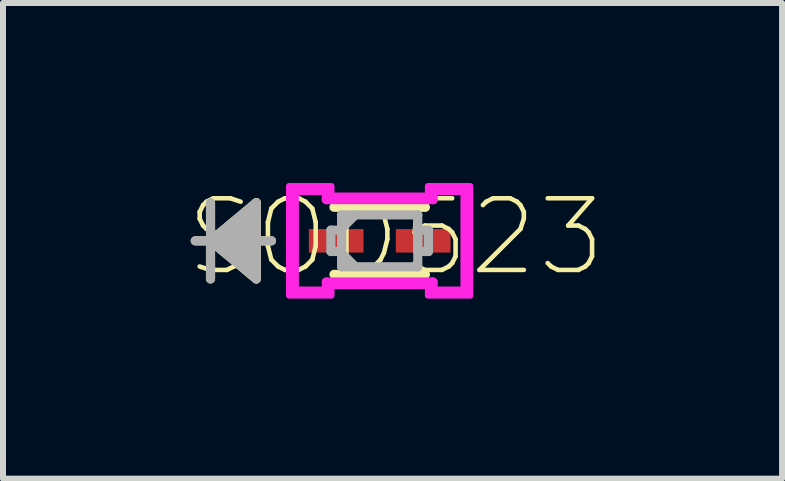
<source format=kicad_pcb>
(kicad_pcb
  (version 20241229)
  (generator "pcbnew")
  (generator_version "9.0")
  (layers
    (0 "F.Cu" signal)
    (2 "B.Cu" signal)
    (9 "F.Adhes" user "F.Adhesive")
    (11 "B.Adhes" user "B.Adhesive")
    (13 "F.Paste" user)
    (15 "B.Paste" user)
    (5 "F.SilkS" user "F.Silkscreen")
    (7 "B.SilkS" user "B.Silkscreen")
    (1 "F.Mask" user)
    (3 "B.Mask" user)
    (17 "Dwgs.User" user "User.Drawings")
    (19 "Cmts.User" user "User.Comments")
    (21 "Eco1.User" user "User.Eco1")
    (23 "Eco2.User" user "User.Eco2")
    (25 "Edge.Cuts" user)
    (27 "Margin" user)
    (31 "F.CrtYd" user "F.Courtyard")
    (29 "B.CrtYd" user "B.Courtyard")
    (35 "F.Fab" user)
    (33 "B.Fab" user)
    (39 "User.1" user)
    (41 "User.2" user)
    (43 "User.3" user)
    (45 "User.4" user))
  (footprint "SOD523"
    (layer "F.Cu")
    (at 3.277 0.963)
    (property "Reference" "SOD523" (at -3.277 0.635 0) (unlocked yes) (layer "F.SilkS") (effects (font (size 1.194 1.194) (thickness 0.076)) (justify left bottom)))
    (fp_line (start -2.819 -0.635) (end -2.819 0) (stroke (width 0.152) (type solid)) (layer "F.SilkS"))
    (fp_line (start -2.819 0) (end -3.073 0) (stroke (width 0.152) (type solid)) (layer "F.SilkS"))
    (fp_line (start -2.819 0) (end -2.819 0.635) (stroke (width 0.152) (type solid)) (layer "F.SilkS"))
    (fp_line (start -2.819 0) (end -2.057 -0.635) (stroke (width 0.152) (type solid)) (layer "F.SilkS"))
    (fp_line (start -2.819 0) (end -2.057 -0.508) (stroke (width 0.152) (type solid)) (layer "F.SilkS"))
    (fp_line (start -2.819 0) (end -2.057 -0.381) (stroke (width 0.152) (type solid)) (layer "F.SilkS"))
    (fp_line (start -2.819 0) (end -2.057 -0.254) (stroke (width 0.152) (type solid)) (layer "F.SilkS"))
    (fp_line (start -2.819 0) (end -2.057 -0.127) (stroke (width 0.152) (type solid)) (layer "F.SilkS"))
    (fp_line (start -2.819 0) (end -2.057 0.127) (stroke (width 0.152) (type solid)) (layer "F.SilkS"))
    (fp_line (start -2.819 0) (end -2.057 0.254) (stroke (width 0.152) (type solid)) (layer "F.SilkS"))
    (fp_line (start -2.819 0) (end -2.057 0.381) (stroke (width 0.152) (type solid)) (layer "F.SilkS"))
    (fp_line (start -2.819 0) (end -2.057 0.508) (stroke (width 0.152) (type solid)) (layer "F.SilkS"))
    (fp_line (start -2.819 0) (end -2.057 0.635) (stroke (width 0.152) (type solid)) (layer "F.SilkS"))
    (fp_line (start -2.057 -0.635) (end -2.057 0.635) (stroke (width 0.152) (type solid)) (layer "F.SilkS"))
    (fp_line (start -1.803 0) (end -2.819 0) (stroke (width 0.152) (type solid)) (layer "F.SilkS"))
    (fp_line (start -0.762 0.559) (end 0.762 0.559) (stroke (width 0.152) (type solid)) (layer "F.SilkS"))
    (fp_line (start 0.762 -0.559) (end -0.762 -0.559) (stroke (width 0.152) (type solid)) (layer "F.SilkS"))
    (fp_line (start -1.422 -0.838) (end -0.889 -0.838) (stroke (width 0.152) (type solid)) (layer "F.CrtYd"))
    (fp_line (start -1.422 0.838) (end -1.422 -0.838) (stroke (width 0.152) (type solid)) (layer "F.CrtYd"))
    (fp_line (start -0.889 -0.838) (end -0.889 -0.686) (stroke (width 0.152) (type solid)) (layer "F.CrtYd"))
    (fp_line (start -0.889 -0.686) (end 0.889 -0.686) (stroke (width 0.152) (type solid)) (layer "F.CrtYd"))
    (fp_line (start -0.889 0.686) (end -0.889 0.838) (stroke (width 0.152) (type solid)) (layer "F.CrtYd"))
    (fp_line (start -0.889 0.838) (end -1.422 0.838) (stroke (width 0.152) (type solid)) (layer "F.CrtYd"))
    (fp_line (start 0.889 -0.838) (end 1.422 -0.838) (stroke (width 0.152) (type solid)) (layer "F.CrtYd"))
    (fp_line (start 0.889 -0.686) (end 0.889 -0.838) (stroke (width 0.152) (type solid)) (layer "F.CrtYd"))
    (fp_line (start 0.889 0.686) (end -0.889 0.686) (stroke (width 0.152) (type solid)) (layer "F.CrtYd"))
    (fp_line (start 0.889 0.838) (end 0.889 0.686) (stroke (width 0.152) (type solid)) (layer "F.CrtYd"))
    (fp_line (start 1.422 -0.838) (end 1.422 0.838) (stroke (width 0.152) (type solid)) (layer "F.CrtYd"))
    (fp_line (start 1.422 0.838) (end 0.889 0.838) (stroke (width 0.152) (type solid)) (layer "F.CrtYd"))
    (fp_poly (pts (xy -0.803 -0.755) (xy 0.803 -0.755) (xy 0.803 -0.913) (xy 1.511 -0.913) (xy 1.511 0.913) (xy 0.803 0.913) (xy 0.803 0.755) (xy -0.803 0.755) (xy -0.803 0.913) (xy -1.511 0.913) (xy -1.511 -0.913) (xy -0.803 -0.913)) (stroke (width 0.1) (type default)) (fill no) (layer "F.CrtYd"))
    (fp_line (start -2.819 -0.635) (end -2.819 0) (stroke (width 0.152) (type solid)) (layer "F.Fab"))
    (fp_line (start -2.819 0) (end -3.073 0) (stroke (width 0.152) (type solid)) (layer "F.Fab"))
    (fp_line (start -2.819 0) (end -2.819 0.635) (stroke (width 0.152) (type solid)) (layer "F.Fab"))
    (fp_line (start -2.819 0) (end -2.057 -0.635) (stroke (width 0.152) (type solid)) (layer "F.Fab"))
    (fp_line (start -2.819 0) (end -2.057 -0.508) (stroke (width 0.152) (type solid)) (layer "F.Fab"))
    (fp_line (start -2.819 0) (end -2.057 -0.381) (stroke (width 0.152) (type solid)) (layer "F.Fab"))
    (fp_line (start -2.819 0) (end -2.057 -0.254) (stroke (width 0.152) (type solid)) (layer "F.Fab"))
    (fp_line (start -2.819 0) (end -2.057 -0.127) (stroke (width 0.152) (type solid)) (layer "F.Fab"))
    (fp_line (start -2.819 0) (end -2.057 0.127) (stroke (width 0.152) (type solid)) (layer "F.Fab"))
    (fp_line (start -2.819 0) (end -2.057 0.254) (stroke (width 0.152) (type solid)) (layer "F.Fab"))
    (fp_line (start -2.819 0) (end -2.057 0.381) (stroke (width 0.152) (type solid)) (layer "F.Fab"))
    (fp_line (start -2.819 0) (end -2.057 0.508) (stroke (width 0.152) (type solid)) (layer "F.Fab"))
    (fp_line (start -2.819 0) (end -2.057 0.635) (stroke (width 0.152) (type solid)) (layer "F.Fab"))
    (fp_line (start -2.057 -0.635) (end -2.057 0.635) (stroke (width 0.152) (type solid)) (layer "F.Fab"))
    (fp_line (start -1.803 0) (end -2.819 0) (stroke (width 0.152) (type solid)) (layer "F.Fab"))
    (fp_line (start -0.813 -0.178) (end -0.813 0.178) (stroke (width 0.152) (type solid)) (layer "F.Fab"))
    (fp_line (start -0.813 0.178) (end -0.635 0.178) (stroke (width 0.152) (type solid)) (layer "F.Fab"))
    (fp_line (start -0.635 -0.432) (end -0.635 0.432) (stroke (width 0.152) (type solid)) (layer "F.Fab"))
    (fp_line (start -0.635 -0.203) (end -0.406 -0.432) (stroke (width 0.152) (type solid)) (layer "F.Fab"))
    (fp_line (start -0.635 -0.178) (end -0.813 -0.178) (stroke (width 0.152) (type solid)) (layer "F.Fab"))
    (fp_line (start -0.635 0.178) (end -0.635 -0.178) (stroke (width 0.152) (type solid)) (layer "F.Fab"))
    (fp_line (start -0.635 0.203) (end -0.406 0.432) (stroke (width 0.152) (type solid)) (layer "F.Fab"))
    (fp_line (start -0.635 0.432) (end 0.635 0.432) (stroke (width 0.152) (type solid)) (layer "F.Fab"))
    (fp_line (start 0.635 -0.432) (end -0.635 -0.432) (stroke (width 0.152) (type solid)) (layer "F.Fab"))
    (fp_line (start 0.635 -0.178) (end 0.635 0.178) (stroke (width 0.152) (type solid)) (layer "F.Fab"))
    (fp_line (start 0.635 0.178) (end 0.813 0.178) (stroke (width 0.152) (type solid)) (layer "F.Fab"))
    (fp_line (start 0.635 0.432) (end 0.635 -0.432) (stroke (width 0.152) (type solid)) (layer "F.Fab"))
    (fp_line (start 0.813 -0.178) (end 0.635 -0.178) (stroke (width 0.152) (type solid)) (layer "F.Fab"))
    (fp_line (start 0.813 0.178) (end 0.813 -0.178) (stroke (width 0.152) (type solid)) (layer "F.Fab"))
    (pad "1" smd rect (at -0.725 0) (size 0.911 0.391) (layers "F.Cu" "F.Mask" "F.Paste"))
    (pad "2" smd rect (at 0.725 0) (size 0.911 0.391) (layers "F.Cu" "F.Mask" "F.Paste"))
    (zone (net_name "") (layer "F.Cu") (hatch edge 0.5) (connect_pads) (min_thickness 0.25) (filled_areas_thickness no) (keepout (tracks not_allowed) (vias not_allowed) (pads not_allowed) (copperpour not_allowed) (footprints allowed)) (placement (enabled no)) (fill) (polygon (pts (xy 3.058 0.589) (xy 3.495 0.589) (xy 3.495 1.337) (xy 3.058 1.337))))
    (zone (net_name "") (layer "F.Cu") (hatch edge 0.5) (connect_pads) (min_thickness 0.25) (filled_areas_thickness no) (keepout (tracks not_allowed) (vias not_allowed) (pads not_allowed) (copperpour not_allowed) (footprints allowed)) (placement (enabled no)) (fill) (polygon (pts (xy 3.058 0.589) (xy 3.495 0.589) (xy 3.495 1.337) (xy 3.058 1.337)))))
  (gr_rect
    (start -3 -3)
    (end 9.982 4.926)
    (stroke (width 0.1) (type default))
    (fill no)
    (layer "Edge.Cuts")))
</source>
